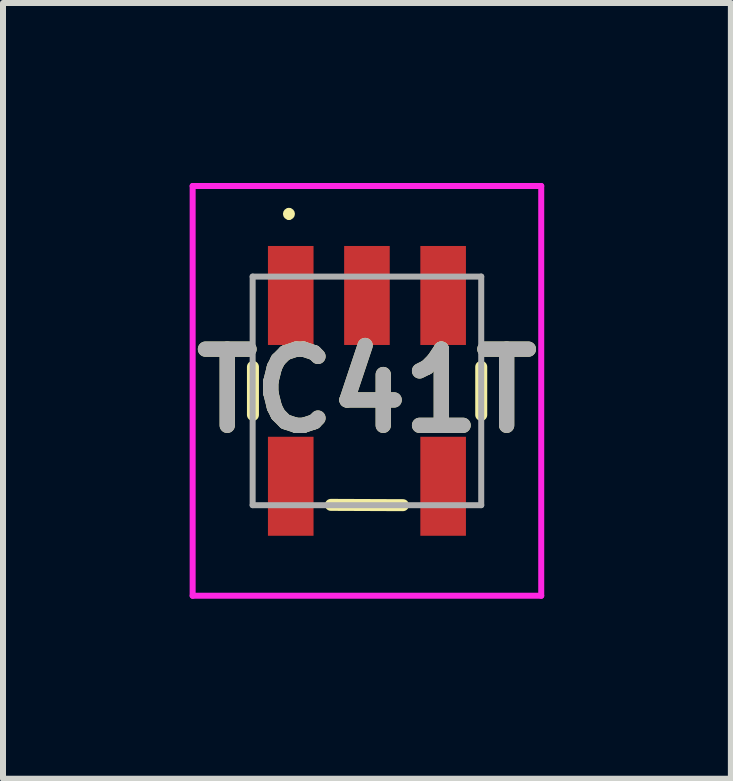
<source format=kicad_pcb>
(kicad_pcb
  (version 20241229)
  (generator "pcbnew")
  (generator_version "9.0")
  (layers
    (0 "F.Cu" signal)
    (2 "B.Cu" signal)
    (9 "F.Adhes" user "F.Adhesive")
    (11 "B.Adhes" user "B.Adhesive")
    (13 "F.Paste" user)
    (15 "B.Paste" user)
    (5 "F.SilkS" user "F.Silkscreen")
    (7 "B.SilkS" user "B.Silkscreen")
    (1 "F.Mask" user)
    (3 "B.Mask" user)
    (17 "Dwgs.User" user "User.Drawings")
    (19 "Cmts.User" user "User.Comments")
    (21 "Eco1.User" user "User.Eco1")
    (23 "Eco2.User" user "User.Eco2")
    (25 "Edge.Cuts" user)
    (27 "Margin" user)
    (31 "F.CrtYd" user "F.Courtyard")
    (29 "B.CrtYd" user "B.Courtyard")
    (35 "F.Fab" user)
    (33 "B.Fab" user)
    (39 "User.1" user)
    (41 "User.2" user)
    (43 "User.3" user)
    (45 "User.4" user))
  (footprint "TC41T"
    (layer "F.Cu")
    (at 3.066 3.465)
    (property "Reference" "TC41T" (at 0 0 0) (layer "F.SilkS") (effects (font (size 1.27 1.27) (thickness 0.254))))
    (attr smd)
    (fp_line (start -1.9 -0.4) (end -1.9 0.4) (stroke (width 0.2) (type solid)) (layer "F.SilkS"))
    (fp_line (start -1.3 -3) (end -1.3 -3) (stroke (width 0.1) (type solid)) (layer "F.SilkS"))
    (fp_line (start -1.3 -2.9) (end -1.3 -2.9) (stroke (width 0.1) (type solid)) (layer "F.SilkS"))
    (fp_line (start -0.6 1.9) (end 0.6 1.905) (stroke (width 0.2) (type solid)) (layer "F.SilkS"))
    (fp_line (start 1.905 -0.4) (end 1.905 0.4) (stroke (width 0.2) (type solid)) (layer "F.SilkS"))
    (fp_arc (start -1.3 -3) (mid -1.25 -2.95) (end -1.3 -2.9) (stroke (width 0.1) (type solid)) (layer "F.SilkS"))
    (fp_arc (start -1.3 -2.9) (mid -1.35 -2.95) (end -1.3 -3) (stroke (width 0.1) (type solid)) (layer "F.SilkS"))
    (fp_line (start -2.905 -3.415) (end 2.905 -3.415) (stroke (width 0.1) (type solid)) (layer "F.CrtYd"))
    (fp_line (start -2.905 3.415) (end -2.905 -3.415) (stroke (width 0.1) (type solid)) (layer "F.CrtYd"))
    (fp_line (start 2.905 -3.415) (end 2.905 3.415) (stroke (width 0.1) (type solid)) (layer "F.CrtYd"))
    (fp_line (start 2.905 3.415) (end -2.905 3.415) (stroke (width 0.1) (type solid)) (layer "F.CrtYd"))
    (fp_line (start -1.905 -1.905) (end 1.905 -1.905) (stroke (width 0.1) (type solid)) (layer "F.Fab"))
    (fp_line (start -1.905 1.905) (end -1.905 -1.905) (stroke (width 0.1) (type solid)) (layer "F.Fab"))
    (fp_line (start 1.905 -1.905) (end 1.905 1.905) (stroke (width 0.1) (type solid)) (layer "F.Fab"))
    (fp_line (start 1.905 1.905) (end -1.905 1.905) (stroke (width 0.1) (type solid)) (layer "F.Fab"))
    (fp_text user "${REFERENCE}" (at 0 0 0) (layer "F.Fab") (effects (font (size 1.27 1.27) (thickness 0.254))))
    (pad "1" smd rect (at -1.27 -1.59) (size 0.76 1.65) (layers "F.Cu" "F.Mask" "F.Paste"))
    (pad "2" smd rect (at 0 -1.59) (size 0.76 1.65) (layers "F.Cu" "F.Mask" "F.Paste"))
    (pad "3" smd rect (at 1.27 -1.59) (size 0.76 1.65) (layers "F.Cu" "F.Mask" "F.Paste"))
    (pad "4" smd rect (at 1.27 1.59) (size 0.76 1.65) (layers "F.Cu" "F.Mask" "F.Paste"))
    (pad "6" smd rect (at -1.27 1.59) (size 0.76 1.65) (layers "F.Cu" "F.Mask" "F.Paste")))
  (gr_rect
    (start -3 -3)
    (end 9.132 9.93)
    (stroke (width 0.1) (type default))
    (fill no)
    (layer "Edge.Cuts")))
</source>
